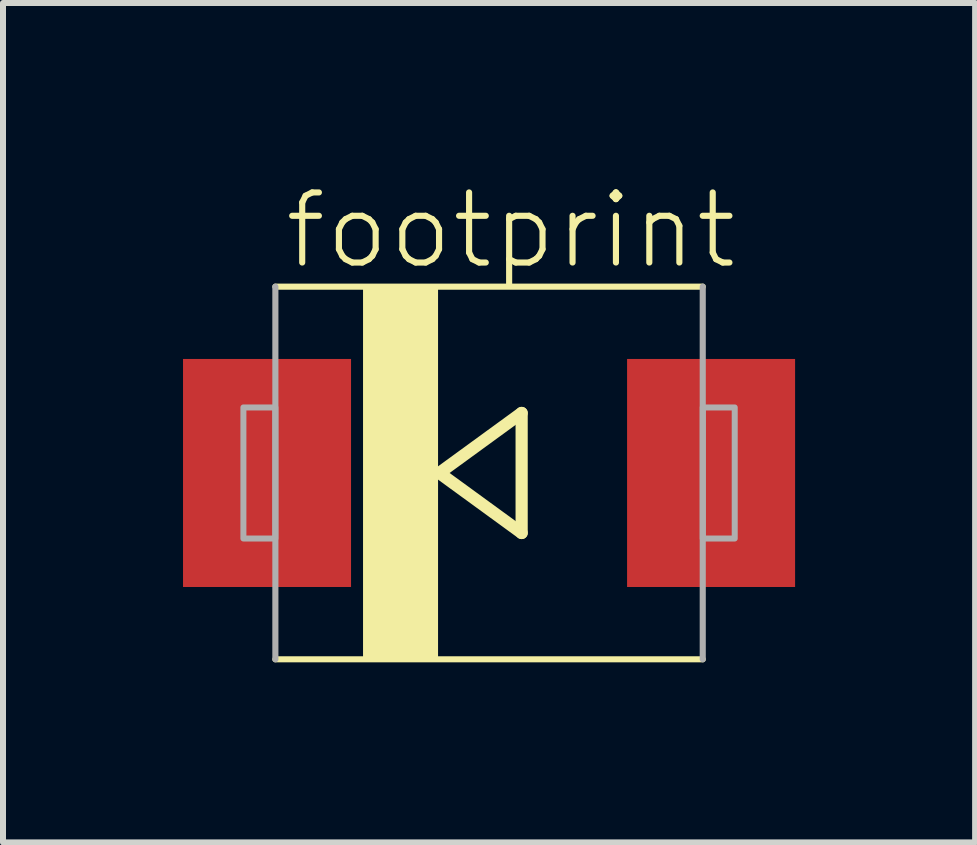
<source format=kicad_pcb>
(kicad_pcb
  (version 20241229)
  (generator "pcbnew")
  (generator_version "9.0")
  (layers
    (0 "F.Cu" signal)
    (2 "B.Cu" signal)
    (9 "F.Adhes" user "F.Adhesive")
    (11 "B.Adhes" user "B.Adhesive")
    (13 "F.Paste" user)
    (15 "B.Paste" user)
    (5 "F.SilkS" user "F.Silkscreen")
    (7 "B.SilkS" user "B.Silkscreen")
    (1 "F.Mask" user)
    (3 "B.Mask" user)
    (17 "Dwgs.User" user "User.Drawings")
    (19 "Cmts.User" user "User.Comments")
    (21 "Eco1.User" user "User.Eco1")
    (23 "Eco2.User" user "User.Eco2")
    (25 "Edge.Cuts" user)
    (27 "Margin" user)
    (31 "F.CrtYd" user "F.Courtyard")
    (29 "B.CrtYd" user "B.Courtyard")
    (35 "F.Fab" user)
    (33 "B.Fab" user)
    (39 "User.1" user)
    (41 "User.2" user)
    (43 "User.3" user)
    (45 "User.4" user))
  (footprint "footprint"
    (layer "F.Cu")
    (at 5.1 4.832)
    (property "Reference" "footprint" (at -3.459 -3.359 0) (layer "F.SilkS") (effects (font (size 1.168 1.168) (thickness 0.102)) (justify left bottom)))
    (fp_line (start -3.561 -3.105) (end 3.561 -3.105) (stroke (width 0.102) (type solid)) (layer "F.SilkS"))
    (fp_line (start -3.561 3.105) (end 3.561 3.105) (stroke (width 0.102) (type solid)) (layer "F.SilkS"))
    (fp_line (start -0.83 0) (end 0.543 1) (stroke (width 0.203) (type solid)) (layer "F.SilkS"))
    (fp_line (start 0.543 -1) (end -0.83 0) (stroke (width 0.203) (type solid)) (layer "F.SilkS"))
    (fp_line (start 0.543 1) (end 0.543 -1) (stroke (width 0.203) (type solid)) (layer "F.SilkS"))
    (fp_poly (pts (xy -2.1 3.1) (xy -0.85 3.1) (xy -0.85 -3.1) (xy -2.1 -3.1)) (stroke (width 0) (type solid)) (fill yes) (layer "F.SilkS"))
    (fp_line (start -3.561 3.105) (end -3.561 -3.105) (stroke (width 0.102) (type solid)) (layer "F.Fab"))
    (fp_line (start 3.561 3.105) (end 3.561 -3.105) (stroke (width 0.102) (type solid)) (layer "F.Fab"))
    (fp_poly (pts (xy -4.094 1.092) (xy -3.561 1.092) (xy -3.561 -1.092) (xy -4.094 -1.092)) (stroke (width 0.1) (type solid)) (fill no) (layer "F.Fab"))
    (fp_poly (pts (xy 3.561 1.092) (xy 4.094 1.092) (xy 4.094 -1.092) (xy 3.561 -1.092)) (stroke (width 0.1) (type solid)) (fill no) (layer "F.Fab"))
    (pad "A" smd rect (at 3.7 0) (size 2.8 3.8) (layers "F.Cu" "F.Mask" "F.Paste"))
    (pad "C" smd rect (at -3.7 0) (size 2.8 3.8) (layers "F.Cu" "F.Mask" "F.Paste")))
  (gr_rect
    (start -3 -3)
    (end 13.2 10.988)
    (stroke (width 0.1) (type default))
    (fill no)
    (layer "Edge.Cuts")))
</source>
